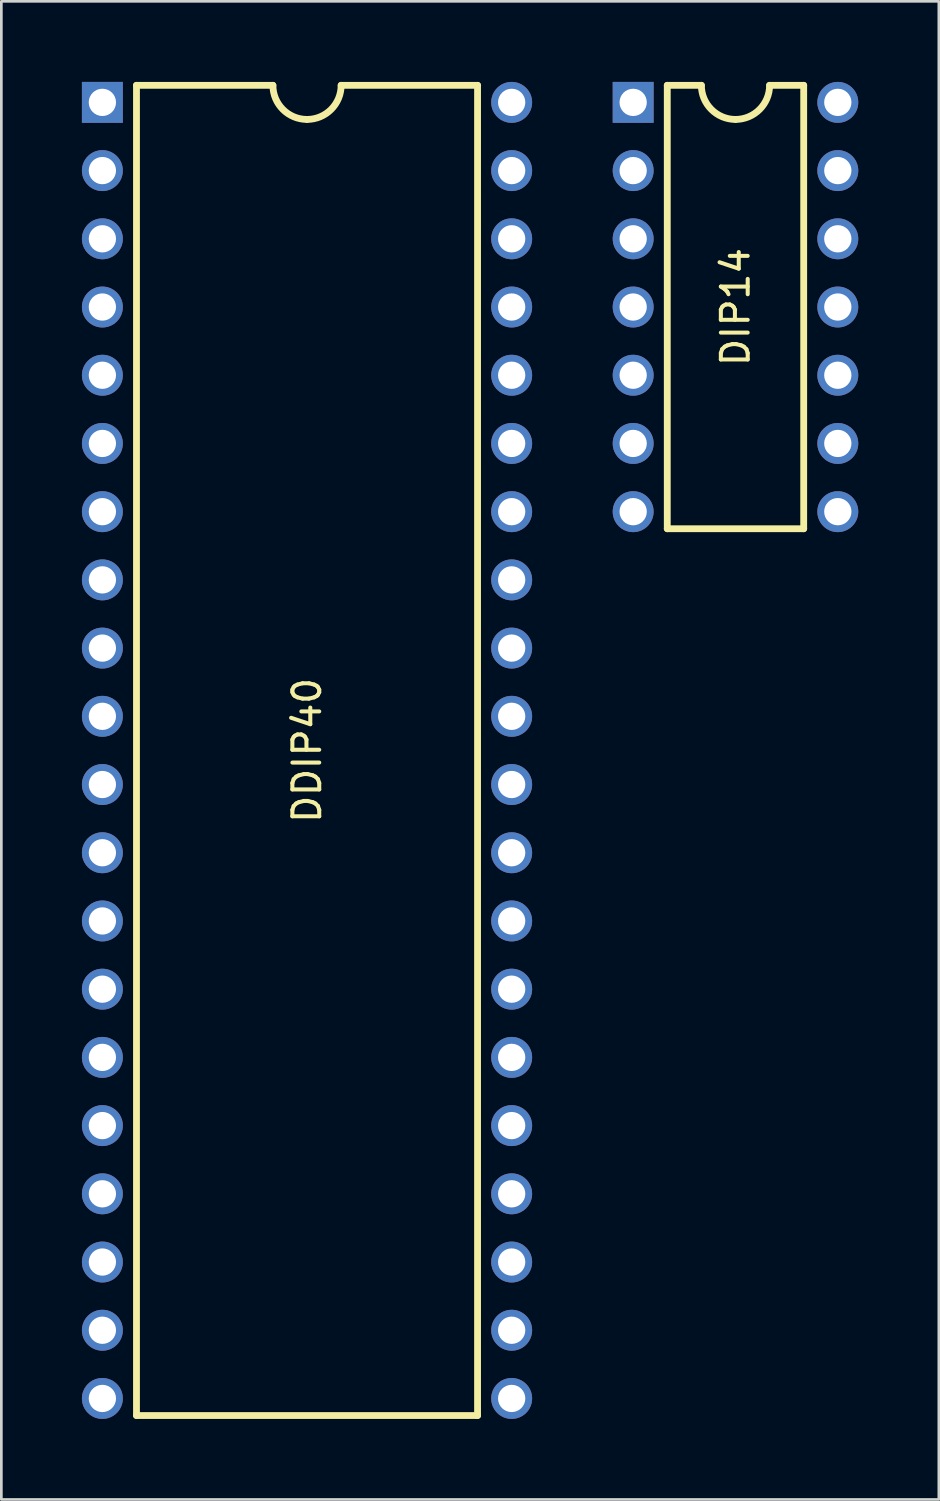
<source format=kicad_pcb>
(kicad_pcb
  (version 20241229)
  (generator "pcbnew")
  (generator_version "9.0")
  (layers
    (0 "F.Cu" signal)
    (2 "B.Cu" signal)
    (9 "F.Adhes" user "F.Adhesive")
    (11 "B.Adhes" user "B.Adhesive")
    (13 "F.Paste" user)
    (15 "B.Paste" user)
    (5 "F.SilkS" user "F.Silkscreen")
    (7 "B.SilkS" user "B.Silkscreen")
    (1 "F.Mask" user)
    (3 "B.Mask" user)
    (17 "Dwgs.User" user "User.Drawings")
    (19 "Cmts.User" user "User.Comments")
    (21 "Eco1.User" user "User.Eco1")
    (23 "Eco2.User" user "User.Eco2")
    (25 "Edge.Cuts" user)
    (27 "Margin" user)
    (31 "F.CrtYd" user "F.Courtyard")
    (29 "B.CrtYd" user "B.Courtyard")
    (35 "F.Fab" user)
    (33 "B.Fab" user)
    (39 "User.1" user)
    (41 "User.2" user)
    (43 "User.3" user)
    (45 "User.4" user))
  (footprint "DIP14"
    (layer "F.Cu")
    (at 24.336 8.382)
    (property "Reference" "DIP14" (at 0 0 90) (unlocked yes) (layer "F.SilkS") (effects (font (size 1 1) (thickness 0.15))))
    (attr through_hole)
    (fp_line (start -2.54 -8.255) (end -2.54 8.255) (stroke (width 0.254) (type solid)) (layer "F.SilkS"))
    (fp_line (start -2.54 -8.255) (end -1.27 -8.255) (stroke (width 0.254) (type solid)) (layer "F.SilkS"))
    (fp_line (start -2.54 8.255) (end 2.54 8.255) (stroke (width 0.254) (type solid)) (layer "F.SilkS"))
    (fp_line (start 2.54 -8.255) (end 1.27 -8.255) (stroke (width 0.254) (type solid)) (layer "F.SilkS"))
    (fp_line (start 2.54 8.255) (end 2.54 -8.255) (stroke (width 0.254) (type solid)) (layer "F.SilkS"))
    (fp_arc (start 0 -6.985) (mid -0.898026 -7.356974) (end -1.27 -8.255) (stroke (width 0.254) (type solid)) (layer "F.SilkS"))
    (fp_arc (start 1.27 -8.255) (mid 0.898026 -7.356974) (end 0 -6.985) (stroke (width 0.254) (type solid)) (layer "F.SilkS"))
    (pad "1" thru_hole rect (at -3.81 -7.62) (size 1.524 1.524) (drill 1.016) (layers "*.Cu" "*.Mask"))
    (pad "2" thru_hole circle (at -3.81 -5.08) (size 1.524 1.524) (drill 1.016) (layers "*.Cu" "*.Mask"))
    (pad "3" thru_hole circle (at -3.81 -2.54) (size 1.524 1.524) (drill 1.016) (layers "*.Cu" "*.Mask"))
    (pad "4" thru_hole circle (at -3.81 0) (size 1.524 1.524) (drill 1.016) (layers "*.Cu" "*.Mask"))
    (pad "5" thru_hole circle (at -3.81 2.54) (size 1.524 1.524) (drill 1.016) (layers "*.Cu" "*.Mask"))
    (pad "6" thru_hole circle (at -3.81 5.08) (size 1.524 1.524) (drill 1.016) (layers "*.Cu" "*.Mask"))
    (pad "7" thru_hole circle (at -3.81 7.62) (size 1.524 1.524) (drill 1.016) (layers "*.Cu" "*.Mask"))
    (pad "8" thru_hole circle (at 3.81 7.62) (size 1.524 1.524) (drill 1.016) (layers "*.Cu" "*.Mask"))
    (pad "9" thru_hole circle (at 3.81 5.08) (size 1.524 1.524) (drill 1.016) (layers "*.Cu" "*.Mask"))
    (pad "10" thru_hole circle (at 3.81 2.54) (size 1.524 1.524) (drill 1.016) (layers "*.Cu" "*.Mask"))
    (pad "11" thru_hole circle (at 3.81 0) (size 1.524 1.524) (drill 1.016) (layers "*.Cu" "*.Mask"))
    (pad "12" thru_hole circle (at 3.81 -2.54) (size 1.524 1.524) (drill 1.016) (layers "*.Cu" "*.Mask"))
    (pad "13" thru_hole circle (at 3.81 -5.08) (size 1.524 1.524) (drill 1.016) (layers "*.Cu" "*.Mask"))
    (pad "14" thru_hole circle (at 3.81 -7.62) (size 1.524 1.524) (drill 1.016) (layers "*.Cu" "*.Mask")))
  (footprint "DDIP40"
    (layer "F.Cu")
    (at 8.382 24.892)
    (property "Reference" "DDIP40" (at 0 0 90) (unlocked yes) (layer "F.SilkS") (effects (font (size 1 1) (thickness 0.15))))
    (attr through_hole)
    (fp_line (start -6.35 -24.765) (end -1.27 -24.765) (stroke (width 0.254) (type solid)) (layer "F.SilkS"))
    (fp_line (start -6.35 24.765) (end -6.35 -24.765) (stroke (width 0.254) (type solid)) (layer "F.SilkS"))
    (fp_line (start 1.27 -24.765) (end 6.35 -24.765) (stroke (width 0.254) (type solid)) (layer "F.SilkS"))
    (fp_line (start 6.35 -24.765) (end 6.35 24.765) (stroke (width 0.254) (type solid)) (layer "F.SilkS"))
    (fp_line (start 6.35 24.765) (end -6.35 24.765) (stroke (width 0.254) (type solid)) (layer "F.SilkS"))
    (fp_arc (start 0 -23.495) (mid -0.898026 -23.866974) (end -1.27 -24.765) (stroke (width 0.254) (type solid)) (layer "F.SilkS"))
    (fp_arc (start 1.27 -24.765) (mid 0.898026 -23.866974) (end 0 -23.495) (stroke (width 0.254) (type solid)) (layer "F.SilkS"))
    (pad "1" thru_hole rect (at -7.62 -24.13) (size 1.524 1.524) (drill 1.016) (layers "*.Cu" "*.Mask"))
    (pad "2" thru_hole circle (at -7.62 -21.59) (size 1.524 1.524) (drill 1.016) (layers "*.Cu" "*.Mask"))
    (pad "3" thru_hole circle (at -7.62 -19.05) (size 1.524 1.524) (drill 1.016) (layers "*.Cu" "*.Mask"))
    (pad "4" thru_hole circle (at -7.62 -16.51) (size 1.524 1.524) (drill 1.016) (layers "*.Cu" "*.Mask"))
    (pad "5" thru_hole circle (at -7.62 -13.97) (size 1.524 1.524) (drill 1.016) (layers "*.Cu" "*.Mask"))
    (pad "6" thru_hole circle (at -7.62 -11.43) (size 1.524 1.524) (drill 1.016) (layers "*.Cu" "*.Mask"))
    (pad "7" thru_hole circle (at -7.62 -8.89) (size 1.524 1.524) (drill 1.016) (layers "*.Cu" "*.Mask"))
    (pad "8" thru_hole circle (at -7.62 -6.35) (size 1.524 1.524) (drill 1.016) (layers "*.Cu" "*.Mask"))
    (pad "9" thru_hole circle (at -7.62 -3.81) (size 1.524 1.524) (drill 1.016) (layers "*.Cu" "*.Mask"))
    (pad "10" thru_hole circle (at -7.62 -1.27) (size 1.524 1.524) (drill 1.016) (layers "*.Cu" "*.Mask"))
    (pad "11" thru_hole circle (at -7.62 1.27) (size 1.524 1.524) (drill 1.016) (layers "*.Cu" "*.Mask"))
    (pad "12" thru_hole circle (at -7.62 3.81) (size 1.524 1.524) (drill 1.016) (layers "*.Cu" "*.Mask"))
    (pad "13" thru_hole circle (at -7.62 6.35) (size 1.524 1.524) (drill 1.016) (layers "*.Cu" "*.Mask"))
    (pad "14" thru_hole circle (at -7.62 8.89) (size 1.524 1.524) (drill 1.016) (layers "*.Cu" "*.Mask"))
    (pad "15" thru_hole circle (at -7.62 11.43) (size 1.524 1.524) (drill 1.016) (layers "*.Cu" "*.Mask"))
    (pad "16" thru_hole circle (at -7.62 13.97) (size 1.524 1.524) (drill 1.016) (layers "*.Cu" "*.Mask"))
    (pad "17" thru_hole circle (at -7.62 16.51) (size 1.524 1.524) (drill 1.016) (layers "*.Cu" "*.Mask"))
    (pad "18" thru_hole circle (at -7.62 19.05) (size 1.524 1.524) (drill 1.016) (layers "*.Cu" "*.Mask"))
    (pad "19" thru_hole circle (at -7.62 21.59) (size 1.524 1.524) (drill 1.016) (layers "*.Cu" "*.Mask"))
    (pad "20" thru_hole circle (at -7.62 24.13) (size 1.524 1.524) (drill 1.016) (layers "*.Cu" "*.Mask"))
    (pad "21" thru_hole circle (at 7.62 24.13) (size 1.524 1.524) (drill 1.016) (layers "*.Cu" "*.Mask"))
    (pad "22" thru_hole circle (at 7.62 21.59) (size 1.524 1.524) (drill 1.016) (layers "*.Cu" "*.Mask"))
    (pad "23" thru_hole circle (at 7.62 19.05) (size 1.524 1.524) (drill 1.016) (layers "*.Cu" "*.Mask"))
    (pad "24" thru_hole circle (at 7.62 16.51) (size 1.524 1.524) (drill 1.016) (layers "*.Cu" "*.Mask"))
    (pad "25" thru_hole circle (at 7.62 13.97) (size 1.524 1.524) (drill 1.016) (layers "*.Cu" "*.Mask"))
    (pad "26" thru_hole circle (at 7.62 11.43) (size 1.524 1.524) (drill 1.016) (layers "*.Cu" "*.Mask"))
    (pad "27" thru_hole circle (at 7.62 8.89) (size 1.524 1.524) (drill 1.016) (layers "*.Cu" "*.Mask"))
    (pad "28" thru_hole circle (at 7.62 6.35) (size 1.524 1.524) (drill 1.016) (layers "*.Cu" "*.Mask"))
    (pad "29" thru_hole circle (at 7.62 3.81) (size 1.524 1.524) (drill 1.016) (layers "*.Cu" "*.Mask"))
    (pad "30" thru_hole circle (at 7.62 1.27) (size 1.524 1.524) (drill 1.016) (layers "*.Cu" "*.Mask"))
    (pad "31" thru_hole circle (at 7.62 -1.27) (size 1.524 1.524) (drill 1.016) (layers "*.Cu" "*.Mask"))
    (pad "32" thru_hole circle (at 7.62 -3.81) (size 1.524 1.524) (drill 1.016) (layers "*.Cu" "*.Mask"))
    (pad "33" thru_hole circle (at 7.62 -6.35) (size 1.524 1.524) (drill 1.016) (layers "*.Cu" "*.Mask"))
    (pad "34" thru_hole circle (at 7.62 -8.89) (size 1.524 1.524) (drill 1.016) (layers "*.Cu" "*.Mask"))
    (pad "35" thru_hole circle (at 7.62 -11.43) (size 1.524 1.524) (drill 1.016) (layers "*.Cu" "*.Mask"))
    (pad "36" thru_hole circle (at 7.62 -13.97) (size 1.524 1.524) (drill 1.016) (layers "*.Cu" "*.Mask"))
    (pad "37" thru_hole circle (at 7.62 -16.51) (size 1.524 1.524) (drill 1.016) (layers "*.Cu" "*.Mask"))
    (pad "38" thru_hole circle (at 7.62 -19.05) (size 1.524 1.524) (drill 1.016) (layers "*.Cu" "*.Mask"))
    (pad "39" thru_hole circle (at 7.62 -21.59) (size 1.524 1.524) (drill 1.016) (layers "*.Cu" "*.Mask"))
    (pad "40" thru_hole circle (at 7.62 -24.13) (size 1.524 1.524) (drill 1.016) (layers "*.Cu" "*.Mask")))
  (gr_rect
    (start -3 -3)
    (end 31.908 52.784)
    (stroke (width 0.1) (type default))
    (fill no)
    (layer "Edge.Cuts")))
</source>
